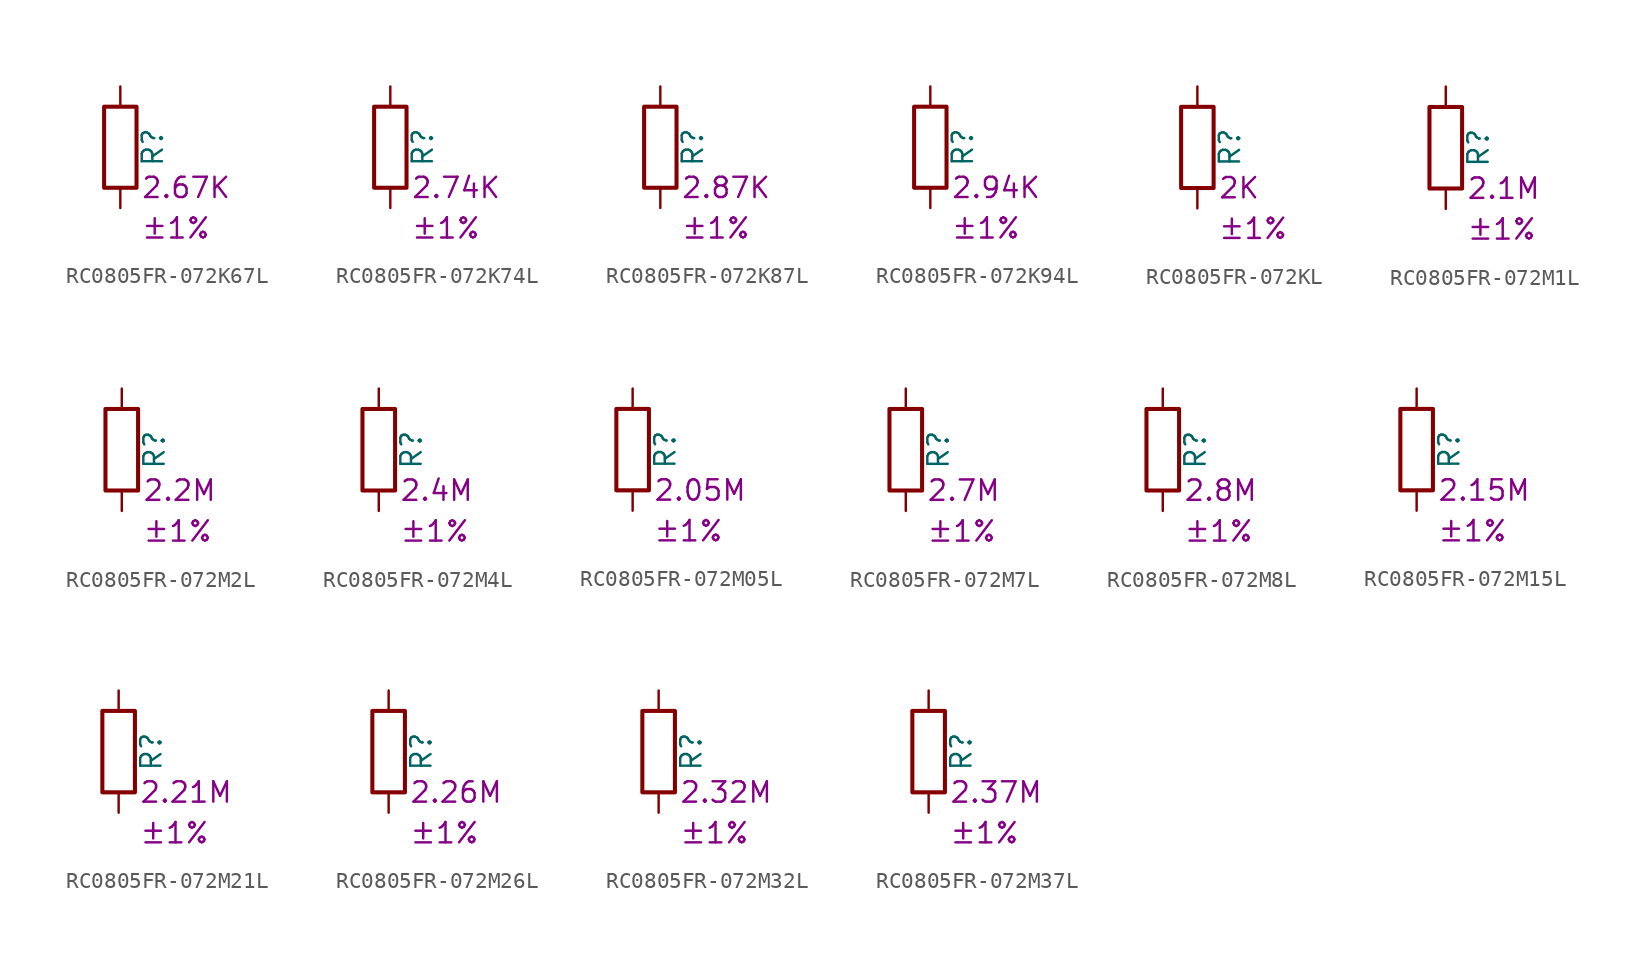
<source format=kicad_sym>
(kicad_symbol_lib
  (version 20220914)
  (generator kicad_symbol_editor)
  (symbol "RC0805FR-072K67L"
    (pin_numbers hide)
    (pin_names
      (offset 0))
    (property "Reference" "R"
      (at 2.032 0 90)
      (effects (font (size 1.27 1.27))))
    (property "Resistance" "2.67K"
      (at 1.27 -2.54 0)
      (effects (font (size 1.27 1.27)) (justify left)))
    (property "Tolerance" "±1%"
      (at 1.27 -5.08 0)
      (effects (font (size 1.27 1.27)) (justify left)))
    (symbol "RC0805FR-072K67L_0_1"
      (rectangle (start -1.016 -2.54) (end 1.016 2.54) (stroke (width 0.254) (type default)) (fill (type none))))
    (symbol "RC0805FR-072K67L_1_1"
      (pin passive line (at 0 3.81 270) (length 1.27) (name "~" (effects (font (size 1.27 1.27)))) (number "1" (effects (font (size 1.27 1.27)))))
      (pin passive line (at 0 -3.81 90) (length 1.27) (name "~" (effects (font (size 1.27 1.27)))) (number "2" (effects (font (size 1.27 1.27)))))))
  (symbol "RC0805FR-072K74L"
    (pin_numbers hide)
    (pin_names
      (offset 0))
    (property "Reference" "R"
      (at 2.032 0 90)
      (effects (font (size 1.27 1.27))))
    (property "Resistance" "2.74K"
      (at 1.27 -2.54 0)
      (effects (font (size 1.27 1.27)) (justify left)))
    (property "Tolerance" "±1%"
      (at 1.27 -5.08 0)
      (effects (font (size 1.27 1.27)) (justify left)))
    (symbol "RC0805FR-072K74L_0_1"
      (rectangle (start -1.016 -2.54) (end 1.016 2.54) (stroke (width 0.254) (type default)) (fill (type none))))
    (symbol "RC0805FR-072K74L_1_1"
      (pin passive line (at 0 3.81 270) (length 1.27) (name "~" (effects (font (size 1.27 1.27)))) (number "1" (effects (font (size 1.27 1.27)))))
      (pin passive line (at 0 -3.81 90) (length 1.27) (name "~" (effects (font (size 1.27 1.27)))) (number "2" (effects (font (size 1.27 1.27)))))))
  (symbol "RC0805FR-072K87L"
    (pin_numbers hide)
    (pin_names
      (offset 0))
    (property "Reference" "R"
      (at 2.032 0 90)
      (effects (font (size 1.27 1.27))))
    (property "Resistance" "2.87K"
      (at 1.27 -2.54 0)
      (effects (font (size 1.27 1.27)) (justify left)))
    (property "Tolerance" "±1%"
      (at 1.27 -5.08 0)
      (effects (font (size 1.27 1.27)) (justify left)))
    (symbol "RC0805FR-072K87L_0_1"
      (rectangle (start -1.016 -2.54) (end 1.016 2.54) (stroke (width 0.254) (type default)) (fill (type none))))
    (symbol "RC0805FR-072K87L_1_1"
      (pin passive line (at 0 3.81 270) (length 1.27) (name "~" (effects (font (size 1.27 1.27)))) (number "1" (effects (font (size 1.27 1.27)))))
      (pin passive line (at 0 -3.81 90) (length 1.27) (name "~" (effects (font (size 1.27 1.27)))) (number "2" (effects (font (size 1.27 1.27)))))))
  (symbol "RC0805FR-072K94L"
    (pin_numbers hide)
    (pin_names
      (offset 0))
    (property "Reference" "R"
      (at 2.032 0 90)
      (effects (font (size 1.27 1.27))))
    (property "Resistance" "2.94K"
      (at 1.27 -2.54 0)
      (effects (font (size 1.27 1.27)) (justify left)))
    (property "Tolerance" "±1%"
      (at 1.27 -5.08 0)
      (effects (font (size 1.27 1.27)) (justify left)))
    (symbol "RC0805FR-072K94L_0_1"
      (rectangle (start -1.016 -2.54) (end 1.016 2.54) (stroke (width 0.254) (type default)) (fill (type none))))
    (symbol "RC0805FR-072K94L_1_1"
      (pin passive line (at 0 3.81 270) (length 1.27) (name "~" (effects (font (size 1.27 1.27)))) (number "1" (effects (font (size 1.27 1.27)))))
      (pin passive line (at 0 -3.81 90) (length 1.27) (name "~" (effects (font (size 1.27 1.27)))) (number "2" (effects (font (size 1.27 1.27)))))))
  (symbol "RC0805FR-072KL"
    (pin_numbers hide)
    (pin_names
      (offset 0))
    (property "Reference" "R"
      (at 2.032 0 90)
      (effects (font (size 1.27 1.27))))
    (property "Resistance" "2K"
      (at 1.27 -2.54 0)
      (effects (font (size 1.27 1.27)) (justify left)))
    (property "Tolerance" "±1%"
      (at 1.27 -5.08 0)
      (effects (font (size 1.27 1.27)) (justify left)))
    (symbol "RC0805FR-072KL_0_1"
      (rectangle (start -1.016 -2.54) (end 1.016 2.54) (stroke (width 0.254) (type default)) (fill (type none))))
    (symbol "RC0805FR-072KL_1_1"
      (pin passive line (at 0 3.81 270) (length 1.27) (name "~" (effects (font (size 1.27 1.27)))) (number "1" (effects (font (size 1.27 1.27)))))
      (pin passive line (at 0 -3.81 90) (length 1.27) (name "~" (effects (font (size 1.27 1.27)))) (number "2" (effects (font (size 1.27 1.27)))))))
  (symbol "RC0805FR-072M1L"
    (pin_numbers hide)
    (pin_names
      (offset 0))
    (property "Reference" "R"
      (at 2.032 0 90)
      (effects (font (size 1.27 1.27))))
    (property "Resistance" "2.1M"
      (at 1.27 -2.54 0)
      (effects (font (size 1.27 1.27)) (justify left)))
    (property "Tolerance" "±1%"
      (at 1.27 -5.08 0)
      (effects (font (size 1.27 1.27)) (justify left)))
    (symbol "RC0805FR-072M1L_0_1"
      (rectangle (start -1.016 -2.54) (end 1.016 2.54) (stroke (width 0.254) (type default)) (fill (type none))))
    (symbol "RC0805FR-072M1L_1_1"
      (pin passive line (at 0 3.81 270) (length 1.27) (name "~" (effects (font (size 1.27 1.27)))) (number "1" (effects (font (size 1.27 1.27)))))
      (pin passive line (at 0 -3.81 90) (length 1.27) (name "~" (effects (font (size 1.27 1.27)))) (number "2" (effects (font (size 1.27 1.27)))))))
  (symbol "RC0805FR-072M2L"
    (pin_numbers hide)
    (pin_names
      (offset 0))
    (property "Reference" "R"
      (at 2.032 0 90)
      (effects (font (size 1.27 1.27))))
    (property "Resistance" "2.2M"
      (at 1.27 -2.54 0)
      (effects (font (size 1.27 1.27)) (justify left)))
    (property "Tolerance" "±1%"
      (at 1.27 -5.08 0)
      (effects (font (size 1.27 1.27)) (justify left)))
    (symbol "RC0805FR-072M2L_0_1"
      (rectangle (start -1.016 -2.54) (end 1.016 2.54) (stroke (width 0.254) (type default)) (fill (type none))))
    (symbol "RC0805FR-072M2L_1_1"
      (pin passive line (at 0 3.81 270) (length 1.27) (name "~" (effects (font (size 1.27 1.27)))) (number "1" (effects (font (size 1.27 1.27)))))
      (pin passive line (at 0 -3.81 90) (length 1.27) (name "~" (effects (font (size 1.27 1.27)))) (number "2" (effects (font (size 1.27 1.27)))))))
  (symbol "RC0805FR-072M4L"
    (pin_numbers hide)
    (pin_names
      (offset 0))
    (property "Reference" "R"
      (at 2.032 0 90)
      (effects (font (size 1.27 1.27))))
    (property "Resistance" "2.4M"
      (at 1.27 -2.54 0)
      (effects (font (size 1.27 1.27)) (justify left)))
    (property "Tolerance" "±1%"
      (at 1.27 -5.08 0)
      (effects (font (size 1.27 1.27)) (justify left)))
    (symbol "RC0805FR-072M4L_0_1"
      (rectangle (start -1.016 -2.54) (end 1.016 2.54) (stroke (width 0.254) (type default)) (fill (type none))))
    (symbol "RC0805FR-072M4L_1_1"
      (pin passive line (at 0 3.81 270) (length 1.27) (name "~" (effects (font (size 1.27 1.27)))) (number "1" (effects (font (size 1.27 1.27)))))
      (pin passive line (at 0 -3.81 90) (length 1.27) (name "~" (effects (font (size 1.27 1.27)))) (number "2" (effects (font (size 1.27 1.27)))))))
  (symbol "RC0805FR-072M05L"
    (pin_numbers hide)
    (pin_names
      (offset 0))
    (property "Reference" "R"
      (at 2.032 0 90)
      (effects (font (size 1.27 1.27))))
    (property "Resistance" "2.05M"
      (at 1.27 -2.54 0)
      (effects (font (size 1.27 1.27)) (justify left)))
    (property "Tolerance" "±1%"
      (at 1.27 -5.08 0)
      (effects (font (size 1.27 1.27)) (justify left)))
    (symbol "RC0805FR-072M05L_0_1"
      (rectangle (start -1.016 -2.54) (end 1.016 2.54) (stroke (width 0.254) (type default)) (fill (type none))))
    (symbol "RC0805FR-072M05L_1_1"
      (pin passive line (at 0 3.81 270) (length 1.27) (name "~" (effects (font (size 1.27 1.27)))) (number "1" (effects (font (size 1.27 1.27)))))
      (pin passive line (at 0 -3.81 90) (length 1.27) (name "~" (effects (font (size 1.27 1.27)))) (number "2" (effects (font (size 1.27 1.27)))))))
  (symbol "RC0805FR-072M7L"
    (pin_numbers hide)
    (pin_names
      (offset 0))
    (property "Reference" "R"
      (at 2.032 0 90)
      (effects (font (size 1.27 1.27))))
    (property "Resistance" "2.7M"
      (at 1.27 -2.54 0)
      (effects (font (size 1.27 1.27)) (justify left)))
    (property "Tolerance" "±1%"
      (at 1.27 -5.08 0)
      (effects (font (size 1.27 1.27)) (justify left)))
    (symbol "RC0805FR-072M7L_0_1"
      (rectangle (start -1.016 -2.54) (end 1.016 2.54) (stroke (width 0.254) (type default)) (fill (type none))))
    (symbol "RC0805FR-072M7L_1_1"
      (pin passive line (at 0 3.81 270) (length 1.27) (name "~" (effects (font (size 1.27 1.27)))) (number "1" (effects (font (size 1.27 1.27)))))
      (pin passive line (at 0 -3.81 90) (length 1.27) (name "~" (effects (font (size 1.27 1.27)))) (number "2" (effects (font (size 1.27 1.27)))))))
  (symbol "RC0805FR-072M8L"
    (pin_numbers hide)
    (pin_names
      (offset 0))
    (property "Reference" "R"
      (at 2.032 0 90)
      (effects (font (size 1.27 1.27))))
    (property "Resistance" "2.8M"
      (at 1.27 -2.54 0)
      (effects (font (size 1.27 1.27)) (justify left)))
    (property "Tolerance" "±1%"
      (at 1.27 -5.08 0)
      (effects (font (size 1.27 1.27)) (justify left)))
    (symbol "RC0805FR-072M8L_0_1"
      (rectangle (start -1.016 -2.54) (end 1.016 2.54) (stroke (width 0.254) (type default)) (fill (type none))))
    (symbol "RC0805FR-072M8L_1_1"
      (pin passive line (at 0 3.81 270) (length 1.27) (name "~" (effects (font (size 1.27 1.27)))) (number "1" (effects (font (size 1.27 1.27)))))
      (pin passive line (at 0 -3.81 90) (length 1.27) (name "~" (effects (font (size 1.27 1.27)))) (number "2" (effects (font (size 1.27 1.27)))))))
  (symbol "RC0805FR-072M15L"
    (pin_numbers hide)
    (pin_names
      (offset 0))
    (property "Reference" "R"
      (at 2.032 0 90)
      (effects (font (size 1.27 1.27))))
    (property "Resistance" "2.15M"
      (at 1.27 -2.54 0)
      (effects (font (size 1.27 1.27)) (justify left)))
    (property "Tolerance" "±1%"
      (at 1.27 -5.08 0)
      (effects (font (size 1.27 1.27)) (justify left)))
    (symbol "RC0805FR-072M15L_0_1"
      (rectangle (start -1.016 -2.54) (end 1.016 2.54) (stroke (width 0.254) (type default)) (fill (type none))))
    (symbol "RC0805FR-072M15L_1_1"
      (pin passive line (at 0 3.81 270) (length 1.27) (name "~" (effects (font (size 1.27 1.27)))) (number "1" (effects (font (size 1.27 1.27)))))
      (pin passive line (at 0 -3.81 90) (length 1.27) (name "~" (effects (font (size 1.27 1.27)))) (number "2" (effects (font (size 1.27 1.27)))))))
  (symbol "RC0805FR-072M21L"
    (pin_numbers hide)
    (pin_names
      (offset 0))
    (property "Reference" "R"
      (at 2.032 0 90)
      (effects (font (size 1.27 1.27))))
    (property "Resistance" "2.21M"
      (at 1.27 -2.54 0)
      (effects (font (size 1.27 1.27)) (justify left)))
    (property "Tolerance" "±1%"
      (at 1.27 -5.08 0)
      (effects (font (size 1.27 1.27)) (justify left)))
    (symbol "RC0805FR-072M21L_0_1"
      (rectangle (start -1.016 -2.54) (end 1.016 2.54) (stroke (width 0.254) (type default)) (fill (type none))))
    (symbol "RC0805FR-072M21L_1_1"
      (pin passive line (at 0 3.81 270) (length 1.27) (name "~" (effects (font (size 1.27 1.27)))) (number "1" (effects (font (size 1.27 1.27)))))
      (pin passive line (at 0 -3.81 90) (length 1.27) (name "~" (effects (font (size 1.27 1.27)))) (number "2" (effects (font (size 1.27 1.27)))))))
  (symbol "RC0805FR-072M26L"
    (pin_numbers hide)
    (pin_names
      (offset 0))
    (property "Reference" "R"
      (at 2.032 0 90)
      (effects (font (size 1.27 1.27))))
    (property "Resistance" "2.26M"
      (at 1.27 -2.54 0)
      (effects (font (size 1.27 1.27)) (justify left)))
    (property "Tolerance" "±1%"
      (at 1.27 -5.08 0)
      (effects (font (size 1.27 1.27)) (justify left)))
    (symbol "RC0805FR-072M26L_0_1"
      (rectangle (start -1.016 -2.54) (end 1.016 2.54) (stroke (width 0.254) (type default)) (fill (type none))))
    (symbol "RC0805FR-072M26L_1_1"
      (pin passive line (at 0 3.81 270) (length 1.27) (name "~" (effects (font (size 1.27 1.27)))) (number "1" (effects (font (size 1.27 1.27)))))
      (pin passive line (at 0 -3.81 90) (length 1.27) (name "~" (effects (font (size 1.27 1.27)))) (number "2" (effects (font (size 1.27 1.27)))))))
  (symbol "RC0805FR-072M32L"
    (pin_numbers hide)
    (pin_names
      (offset 0))
    (property "Reference" "R"
      (at 2.032 0 90)
      (effects (font (size 1.27 1.27))))
    (property "Resistance" "2.32M"
      (at 1.27 -2.54 0)
      (effects (font (size 1.27 1.27)) (justify left)))
    (property "Tolerance" "±1%"
      (at 1.27 -5.08 0)
      (effects (font (size 1.27 1.27)) (justify left)))
    (symbol "RC0805FR-072M32L_0_1"
      (rectangle (start -1.016 -2.54) (end 1.016 2.54) (stroke (width 0.254) (type default)) (fill (type none))))
    (symbol "RC0805FR-072M32L_1_1"
      (pin passive line (at 0 3.81 270) (length 1.27) (name "~" (effects (font (size 1.27 1.27)))) (number "1" (effects (font (size 1.27 1.27)))))
      (pin passive line (at 0 -3.81 90) (length 1.27) (name "~" (effects (font (size 1.27 1.27)))) (number "2" (effects (font (size 1.27 1.27)))))))
  (symbol "RC0805FR-072M37L"
    (pin_numbers hide)
    (pin_names
      (offset 0))
    (property "Reference" "R"
      (at 2.032 0 90)
      (effects (font (size 1.27 1.27))))
    (property "Resistance" "2.37M"
      (at 1.27 -2.54 0)
      (effects (font (size 1.27 1.27)) (justify left)))
    (property "Tolerance" "±1%"
      (at 1.27 -5.08 0)
      (effects (font (size 1.27 1.27)) (justify left)))
    (symbol "RC0805FR-072M37L_0_1"
      (rectangle (start -1.016 -2.54) (end 1.016 2.54) (stroke (width 0.254) (type default)) (fill (type none))))
    (symbol "RC0805FR-072M37L_1_1"
      (pin passive line (at 0 3.81 270) (length 1.27) (name "~" (effects (font (size 1.27 1.27)))) (number "1" (effects (font (size 1.27 1.27)))))
      (pin passive line (at 0 -3.81 90) (length 1.27) (name "~" (effects (font (size 1.27 1.27)))) (number "2" (effects (font (size 1.27 1.27))))))))
</source>
